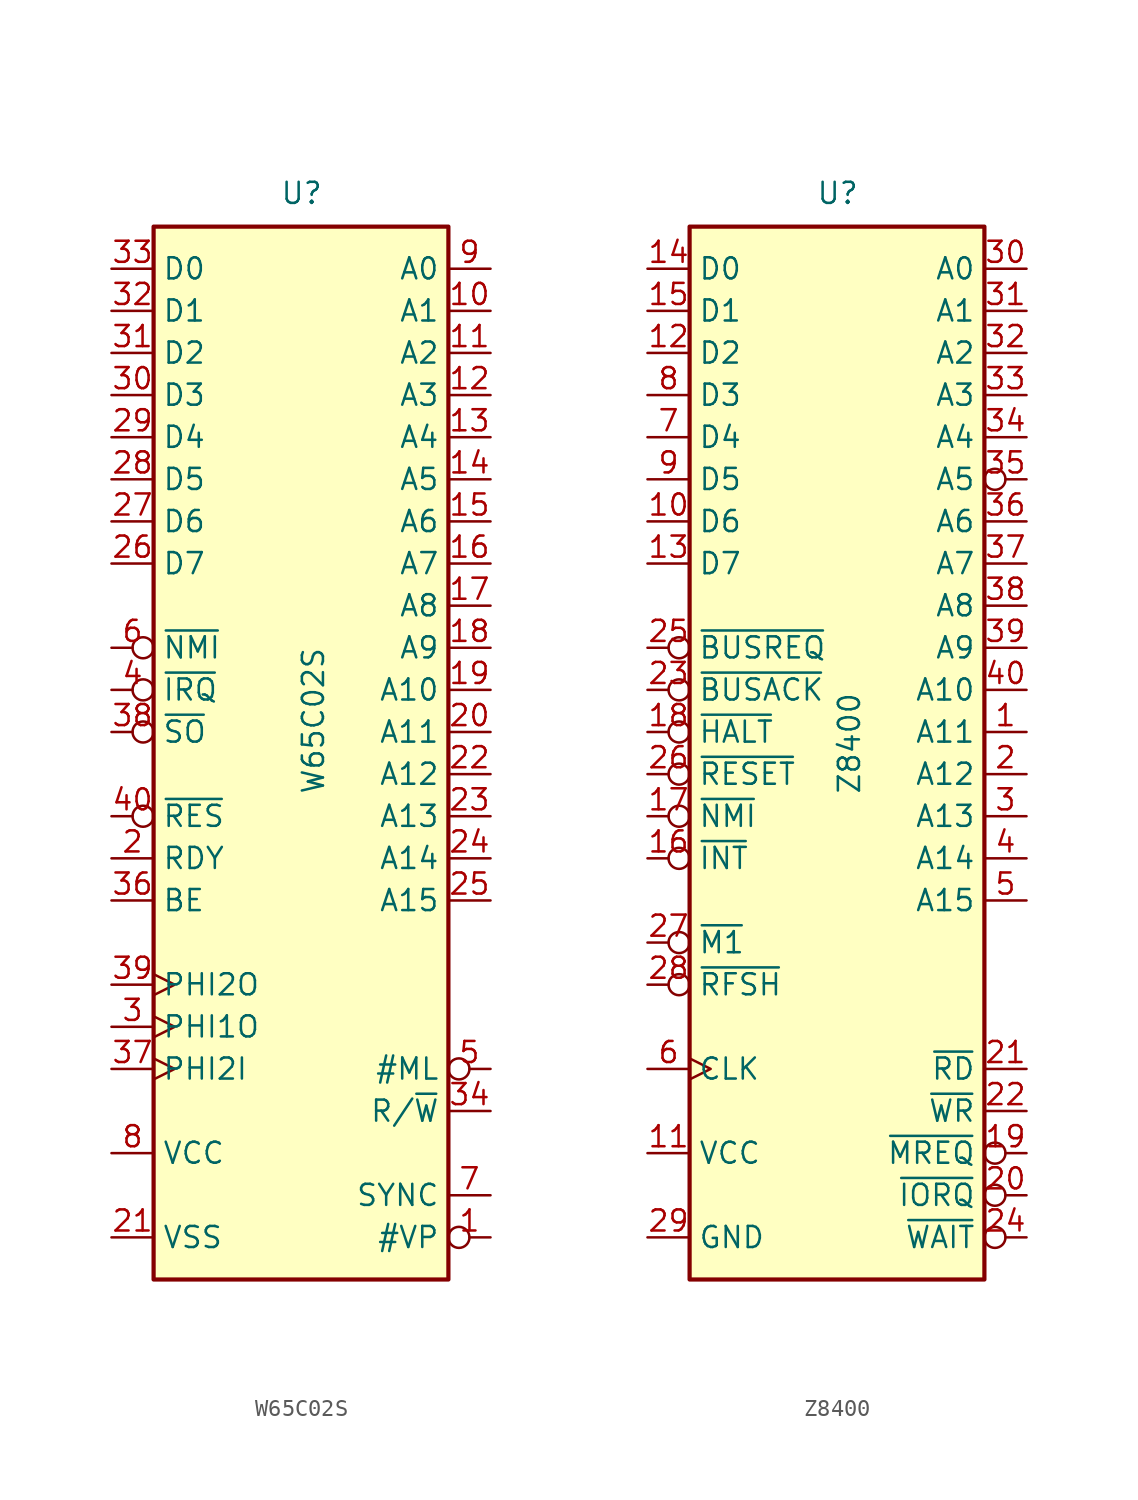
<source format=kicad_sym>
(kicad_symbol_lib
  (version 20220914)
  (generator kicad_symbol_editor)
  (symbol "W65C02S"
    (property "Reference" "U"
      (at -1.27 31.75 0)
      (effects (font (size 1.27 1.27)) (justify left bottom)))
    (property "Value" "W65C02S"
      (at 0 -3.81 90)
      (effects (font (size 1.27 1.27)) (justify left top)))
    (symbol "W65C02S_0_0"
      (pin input line (at -11.43 -10.16 0) (length 2.54) (name "BE" (effects (font (size 1.27 1.27)))) (number "36" (effects (font (size 1.27 1.27)))))
      (pin output inverted (at 11.43 -20.32 180) (length 2.54) (name "#ML" (effects (font (size 1.27 1.27)))) (number "5" (effects (font (size 1.27 1.27))))))
    (symbol "W65C02S_0_1"
      (rectangle (start -8.89 -33.02) (end 8.89 30.48) (stroke (width 0.254) (type default)) (fill (type background))))
    (symbol "W65C02S_1_1"
      (pin output inverted (at 11.43 -30.48 180) (length 2.54) (name "#VP" (effects (font (size 1.27 1.27)))) (number "1" (effects (font (size 1.27 1.27)))))
      (pin output line (at 11.43 25.4 180) (length 2.54) (name "A1" (effects (font (size 1.27 1.27)))) (number "10" (effects (font (size 1.27 1.27)))))
      (pin output line (at 11.43 22.86 180) (length 2.54) (name "A2" (effects (font (size 1.27 1.27)))) (number "11" (effects (font (size 1.27 1.27)))))
      (pin output line (at 11.43 20.32 180) (length 2.54) (name "A3" (effects (font (size 1.27 1.27)))) (number "12" (effects (font (size 1.27 1.27)))))
      (pin output line (at 11.43 17.78 180) (length 2.54) (name "A4" (effects (font (size 1.27 1.27)))) (number "13" (effects (font (size 1.27 1.27)))))
      (pin output line (at 11.43 15.24 180) (length 2.54) (name "A5" (effects (font (size 1.27 1.27)))) (number "14" (effects (font (size 1.27 1.27)))))
      (pin output line (at 11.43 12.7 180) (length 2.54) (name "A6" (effects (font (size 1.27 1.27)))) (number "15" (effects (font (size 1.27 1.27)))))
      (pin output line (at 11.43 10.16 180) (length 2.54) (name "A7" (effects (font (size 1.27 1.27)))) (number "16" (effects (font (size 1.27 1.27)))))
      (pin output line (at 11.43 7.62 180) (length 2.54) (name "A8" (effects (font (size 1.27 1.27)))) (number "17" (effects (font (size 1.27 1.27)))))
      (pin output line (at 11.43 5.08 180) (length 2.54) (name "A9" (effects (font (size 1.27 1.27)))) (number "18" (effects (font (size 1.27 1.27)))))
      (pin output line (at 11.43 2.54 180) (length 2.54) (name "A10" (effects (font (size 1.27 1.27)))) (number "19" (effects (font (size 1.27 1.27)))))
      (pin input line (at -11.43 -7.62 0) (length 2.54) (name "RDY" (effects (font (size 1.27 1.27)))) (number "2" (effects (font (size 1.27 1.27)))))
      (pin output line (at 11.43 0 180) (length 2.54) (name "A11" (effects (font (size 1.27 1.27)))) (number "20" (effects (font (size 1.27 1.27)))))
      (pin power_in line (at -11.43 -30.48 0) (length 2.54) (name "VSS" (effects (font (size 1.27 1.27)))) (number "21" (effects (font (size 1.27 1.27)))))
      (pin output line (at 11.43 -2.54 180) (length 2.54) (name "A12" (effects (font (size 1.27 1.27)))) (number "22" (effects (font (size 1.27 1.27)))))
      (pin output line (at 11.43 -5.08 180) (length 2.54) (name "A13" (effects (font (size 1.27 1.27)))) (number "23" (effects (font (size 1.27 1.27)))))
      (pin output line (at 11.43 -7.62 180) (length 2.54) (name "A14" (effects (font (size 1.27 1.27)))) (number "24" (effects (font (size 1.27 1.27)))))
      (pin output line (at 11.43 -10.16 180) (length 2.54) (name "A15" (effects (font (size 1.27 1.27)))) (number "25" (effects (font (size 1.27 1.27)))))
      (pin bidirectional line (at -11.43 10.16 0) (length 2.54) (name "D7" (effects (font (size 1.27 1.27)))) (number "26" (effects (font (size 1.27 1.27)))))
      (pin bidirectional line (at -11.43 12.7 0) (length 2.54) (name "D6" (effects (font (size 1.27 1.27)))) (number "27" (effects (font (size 1.27 1.27)))))
      (pin bidirectional line (at -11.43 15.24 0) (length 2.54) (name "D5" (effects (font (size 1.27 1.27)))) (number "28" (effects (font (size 1.27 1.27)))))
      (pin bidirectional line (at -11.43 17.78 0) (length 2.54) (name "D4" (effects (font (size 1.27 1.27)))) (number "29" (effects (font (size 1.27 1.27)))))
      (pin output clock (at -11.43 -17.78 0) (length 2.54) (name "PHI1O" (effects (font (size 1.27 1.27)))) (number "3" (effects (font (size 1.27 1.27)))))
      (pin bidirectional line (at -11.43 20.32 0) (length 2.54) (name "D3" (effects (font (size 1.27 1.27)))) (number "30" (effects (font (size 1.27 1.27)))))
      (pin bidirectional line (at -11.43 22.86 0) (length 2.54) (name "D2" (effects (font (size 1.27 1.27)))) (number "31" (effects (font (size 1.27 1.27)))))
      (pin bidirectional line (at -11.43 25.4 0) (length 2.54) (name "D1" (effects (font (size 1.27 1.27)))) (number "32" (effects (font (size 1.27 1.27)))))
      (pin bidirectional line (at -11.43 27.94 0) (length 2.54) (name "D0" (effects (font (size 1.27 1.27)))) (number "33" (effects (font (size 1.27 1.27)))))
      (pin output line (at 11.43 -22.86 180) (length 2.54) (name "R/~{W}" (effects (font (size 1.27 1.27)))) (number "34" (effects (font (size 1.27 1.27)))))
      (pin input clock (at -11.43 -20.32 0) (length 2.54) (name "PHI2I" (effects (font (size 1.27 1.27)))) (number "37" (effects (font (size 1.27 1.27)))))
      (pin input inverted (at -11.43 0 0) (length 2.54) (name "~{SO}" (effects (font (size 1.27 1.27)))) (number "38" (effects (font (size 1.27 1.27)))))
      (pin output clock (at -11.43 -15.24 0) (length 2.54) (name "PHI2O" (effects (font (size 1.27 1.27)))) (number "39" (effects (font (size 1.27 1.27)))))
      (pin input inverted (at -11.43 2.54 0) (length 2.54) (name "~{IRQ}" (effects (font (size 1.27 1.27)))) (number "4" (effects (font (size 1.27 1.27)))))
      (pin input inverted (at -11.43 -5.08 0) (length 2.54) (name "~{RES}" (effects (font (size 1.27 1.27)))) (number "40" (effects (font (size 1.27 1.27)))))
      (pin input inverted (at -11.43 5.08 0) (length 2.54) (name "~{NMI}" (effects (font (size 1.27 1.27)))) (number "6" (effects (font (size 1.27 1.27)))))
      (pin output line (at 11.43 -27.94 180) (length 2.54) (name "SYNC" (effects (font (size 1.27 1.27)))) (number "7" (effects (font (size 1.27 1.27)))))
      (pin power_in line (at -11.43 -25.4 0) (length 2.54) (name "VCC" (effects (font (size 1.27 1.27)))) (number "8" (effects (font (size 1.27 1.27)))))
      (pin output line (at 11.43 27.94 180) (length 2.54) (name "A0" (effects (font (size 1.27 1.27)))) (number "9" (effects (font (size 1.27 1.27)))))))
  (symbol "Z8400"
    (property "Reference" "U"
      (at -1.27 31.75 0)
      (effects (font (size 1.27 1.27)) (justify left bottom)))
    (property "Value" "Z8400"
      (at 0 -3.81 90)
      (effects (font (size 1.27 1.27)) (justify left top)))
    (symbol "Z8400_0_1"
      (rectangle (start -8.89 -33.02) (end 8.89 30.48) (stroke (width 0.254) (type default)) (fill (type background))))
    (symbol "Z8400_1_1"
      (pin output line (at 11.43 0 180) (length 2.54) (name "A11" (effects (font (size 1.27 1.27)))) (number "1" (effects (font (size 1.27 1.27)))))
      (pin bidirectional line (at -11.43 12.7 0) (length 2.54) (name "D6" (effects (font (size 1.27 1.27)))) (number "10" (effects (font (size 1.27 1.27)))))
      (pin power_in line (at -11.43 -25.4 0) (length 2.54) (name "VCC" (effects (font (size 1.27 1.27)))) (number "11" (effects (font (size 1.27 1.27)))))
      (pin bidirectional line (at -11.43 22.86 0) (length 2.54) (name "D2" (effects (font (size 1.27 1.27)))) (number "12" (effects (font (size 1.27 1.27)))))
      (pin bidirectional line (at -11.43 10.16 0) (length 2.54) (name "D7" (effects (font (size 1.27 1.27)))) (number "13" (effects (font (size 1.27 1.27)))))
      (pin bidirectional line (at -11.43 27.94 0) (length 2.54) (name "D0" (effects (font (size 1.27 1.27)))) (number "14" (effects (font (size 1.27 1.27)))))
      (pin bidirectional line (at -11.43 25.4 0) (length 2.54) (name "D1" (effects (font (size 1.27 1.27)))) (number "15" (effects (font (size 1.27 1.27)))))
      (pin input inverted (at -11.43 -7.62 0) (length 2.54) (name "~{INT}" (effects (font (size 1.27 1.27)))) (number "16" (effects (font (size 1.27 1.27)))))
      (pin input inverted (at -11.43 -5.08 0) (length 2.54) (name "~{NMI}" (effects (font (size 1.27 1.27)))) (number "17" (effects (font (size 1.27 1.27)))))
      (pin output inverted (at -11.43 0 0) (length 2.54) (name "~{HALT}" (effects (font (size 1.27 1.27)))) (number "18" (effects (font (size 1.27 1.27)))))
      (pin output inverted (at 11.43 -25.4 180) (length 2.54) (name "~{MREQ}" (effects (font (size 1.27 1.27)))) (number "19" (effects (font (size 1.27 1.27)))))
      (pin output line (at 11.43 -2.54 180) (length 2.54) (name "A12" (effects (font (size 1.27 1.27)))) (number "2" (effects (font (size 1.27 1.27)))))
      (pin output inverted (at 11.43 -27.94 180) (length 2.54) (name "~{IORQ}" (effects (font (size 1.27 1.27)))) (number "20" (effects (font (size 1.27 1.27)))))
      (pin output line (at 11.43 -20.32 180) (length 2.54) (name "~{RD}" (effects (font (size 1.27 1.27)))) (number "21" (effects (font (size 1.27 1.27)))))
      (pin output line (at 11.43 -22.86 180) (length 2.54) (name "~{WR}" (effects (font (size 1.27 1.27)))) (number "22" (effects (font (size 1.27 1.27)))))
      (pin output inverted (at -11.43 2.54 0) (length 2.54) (name "~{BUSACK}" (effects (font (size 1.27 1.27)))) (number "23" (effects (font (size 1.27 1.27)))))
      (pin input inverted (at 11.43 -30.48 180) (length 2.54) (name "~{WAIT}" (effects (font (size 1.27 1.27)))) (number "24" (effects (font (size 1.27 1.27)))))
      (pin input inverted (at -11.43 5.08 0) (length 2.54) (name "~{BUSREQ}" (effects (font (size 1.27 1.27)))) (number "25" (effects (font (size 1.27 1.27)))))
      (pin input inverted (at -11.43 -2.54 0) (length 2.54) (name "~{RESET}" (effects (font (size 1.27 1.27)))) (number "26" (effects (font (size 1.27 1.27)))))
      (pin output inverted (at -11.43 -12.7 0) (length 2.54) (name "~{M1}" (effects (font (size 1.27 1.27)))) (number "27" (effects (font (size 1.27 1.27)))))
      (pin output inverted (at -11.43 -15.24 0) (length 2.54) (name "~{RFSH}" (effects (font (size 1.27 1.27)))) (number "28" (effects (font (size 1.27 1.27)))))
      (pin power_in line (at -11.43 -30.48 0) (length 2.54) (name "GND" (effects (font (size 1.27 1.27)))) (number "29" (effects (font (size 1.27 1.27)))))
      (pin output line (at 11.43 -5.08 180) (length 2.54) (name "A13" (effects (font (size 1.27 1.27)))) (number "3" (effects (font (size 1.27 1.27)))))
      (pin output line (at 11.43 27.94 180) (length 2.54) (name "A0" (effects (font (size 1.27 1.27)))) (number "30" (effects (font (size 1.27 1.27)))))
      (pin output line (at 11.43 25.4 180) (length 2.54) (name "A1" (effects (font (size 1.27 1.27)))) (number "31" (effects (font (size 1.27 1.27)))))
      (pin output line (at 11.43 22.86 180) (length 2.54) (name "A2" (effects (font (size 1.27 1.27)))) (number "32" (effects (font (size 1.27 1.27)))))
      (pin output line (at 11.43 20.32 180) (length 2.54) (name "A3" (effects (font (size 1.27 1.27)))) (number "33" (effects (font (size 1.27 1.27)))))
      (pin output line (at 11.43 17.78 180) (length 2.54) (name "A4" (effects (font (size 1.27 1.27)))) (number "34" (effects (font (size 1.27 1.27)))))
      (pin output inverted (at 11.43 15.24 180) (length 2.54) (name "A5" (effects (font (size 1.27 1.27)))) (number "35" (effects (font (size 1.27 1.27)))))
      (pin output line (at 11.43 12.7 180) (length 2.54) (name "A6" (effects (font (size 1.27 1.27)))) (number "36" (effects (font (size 1.27 1.27)))))
      (pin output line (at 11.43 10.16 180) (length 2.54) (name "A7" (effects (font (size 1.27 1.27)))) (number "37" (effects (font (size 1.27 1.27)))))
      (pin output line (at 11.43 7.62 180) (length 2.54) (name "A8" (effects (font (size 1.27 1.27)))) (number "38" (effects (font (size 1.27 1.27)))))
      (pin output line (at 11.43 5.08 180) (length 2.54) (name "A9" (effects (font (size 1.27 1.27)))) (number "39" (effects (font (size 1.27 1.27)))))
      (pin output line (at 11.43 -7.62 180) (length 2.54) (name "A14" (effects (font (size 1.27 1.27)))) (number "4" (effects (font (size 1.27 1.27)))))
      (pin output line (at 11.43 2.54 180) (length 2.54) (name "A10" (effects (font (size 1.27 1.27)))) (number "40" (effects (font (size 1.27 1.27)))))
      (pin output line (at 11.43 -10.16 180) (length 2.54) (name "A15" (effects (font (size 1.27 1.27)))) (number "5" (effects (font (size 1.27 1.27)))))
      (pin input clock (at -11.43 -20.32 0) (length 2.54) (name "CLK" (effects (font (size 1.27 1.27)))) (number "6" (effects (font (size 1.27 1.27)))))
      (pin bidirectional line (at -11.43 17.78 0) (length 2.54) (name "D4" (effects (font (size 1.27 1.27)))) (number "7" (effects (font (size 1.27 1.27)))))
      (pin bidirectional line (at -11.43 20.32 0) (length 2.54) (name "D3" (effects (font (size 1.27 1.27)))) (number "8" (effects (font (size 1.27 1.27)))))
      (pin bidirectional line (at -11.43 15.24 0) (length 2.54) (name "D5" (effects (font (size 1.27 1.27)))) (number "9" (effects (font (size 1.27 1.27))))))))
</source>
